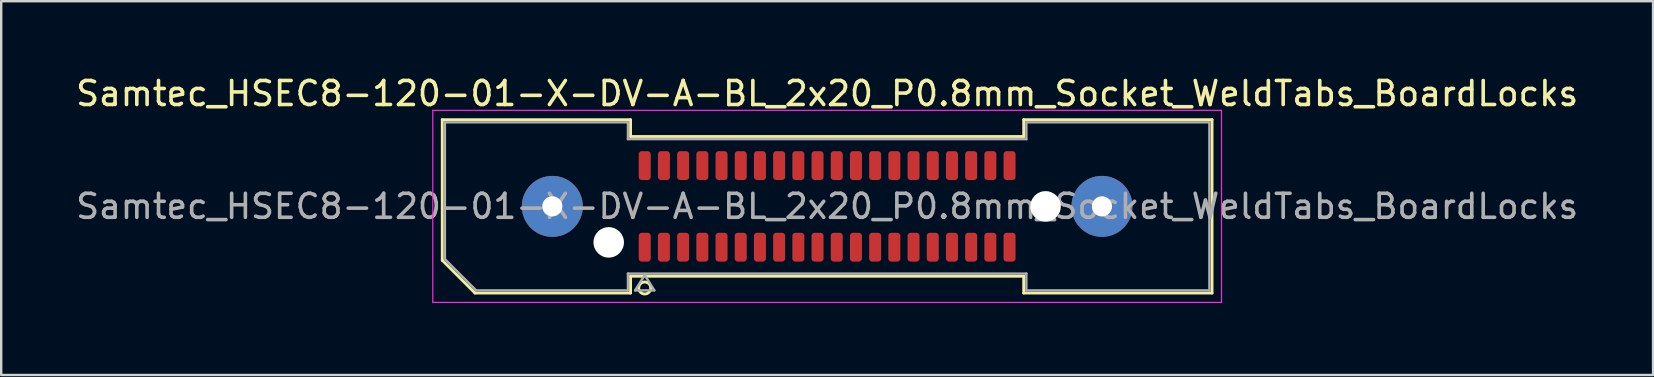
<source format=kicad_pcb>
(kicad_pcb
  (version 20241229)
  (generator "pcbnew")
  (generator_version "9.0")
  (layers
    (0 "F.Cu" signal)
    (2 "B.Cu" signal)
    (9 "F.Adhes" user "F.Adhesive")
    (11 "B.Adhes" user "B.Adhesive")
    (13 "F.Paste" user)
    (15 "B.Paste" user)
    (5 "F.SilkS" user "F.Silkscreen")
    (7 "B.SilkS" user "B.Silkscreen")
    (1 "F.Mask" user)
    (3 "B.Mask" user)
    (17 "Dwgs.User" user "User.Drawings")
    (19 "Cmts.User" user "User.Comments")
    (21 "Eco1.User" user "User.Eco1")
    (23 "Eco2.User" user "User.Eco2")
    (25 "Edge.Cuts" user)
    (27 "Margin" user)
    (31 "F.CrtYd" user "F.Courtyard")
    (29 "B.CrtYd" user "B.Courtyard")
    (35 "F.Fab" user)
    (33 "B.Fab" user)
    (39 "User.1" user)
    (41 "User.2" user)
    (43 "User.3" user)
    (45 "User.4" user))
  (footprint "Samtec_HSEC8-120-01-X-DV-A-BL_2x20_P0.8mm_Socket_WeldTabs_BoardLocks"
    (layer "F.Cu")
    (at 31.411 5.548)
    (property "Reference" "Samtec_HSEC8-120-01-X-DV-A-BL_2x20_P0.8mm_Socket_WeldTabs_BoardLocks" (at 0 -4.7 0) (layer "F.SilkS") (effects (font (size 1 1) (thickness 0.15))))
    (attr smd)
    (fp_line (start -16.035 -3.61) (end -8.19 -3.61) (stroke (width 0.12) (type solid)) (layer "F.SilkS"))
    (fp_line (start -16.035 2.246) (end -16.035 -3.61) (stroke (width 0.12) (type solid)) (layer "F.SilkS"))
    (fp_line (start -14.671 3.61) (end -16.035 2.246) (stroke (width 0.12) (type solid)) (layer "F.SilkS"))
    (fp_line (start -8.19 -3.61) (end -8.19 -2.91) (stroke (width 0.12) (type solid)) (layer "F.SilkS"))
    (fp_line (start -8.19 -2.91) (end 8.19 -2.91) (stroke (width 0.12) (type solid)) (layer "F.SilkS"))
    (fp_line (start -8.19 2.91) (end -8.19 3.61) (stroke (width 0.12) (type solid)) (layer "F.SilkS"))
    (fp_line (start -8.19 3.61) (end -14.671 3.61) (stroke (width 0.12) (type solid)) (layer "F.SilkS"))
    (fp_line (start 8.19 -3.61) (end 16.035 -3.61) (stroke (width 0.12) (type solid)) (layer "F.SilkS"))
    (fp_line (start 8.19 -2.91) (end 8.19 -3.61) (stroke (width 0.12) (type solid)) (layer "F.SilkS"))
    (fp_line (start 8.19 2.91) (end -8.19 2.91) (stroke (width 0.12) (type solid)) (layer "F.SilkS"))
    (fp_line (start 8.19 3.61) (end 8.19 2.91) (stroke (width 0.12) (type solid)) (layer "F.SilkS"))
    (fp_line (start 16.035 -3.61) (end 16.035 3.61) (stroke (width 0.12) (type solid)) (layer "F.SilkS"))
    (fp_line (start 16.035 3.61) (end 8.19 3.61) (stroke (width 0.12) (type solid)) (layer "F.SilkS"))
    (fp_circle (center -7.6 3.4) (end -7.35 3.4) (stroke (width 0.12) (type solid)) (fill no) (layer "F.SilkS"))
    (fp_line (start -16.43 -4) (end -16.43 4) (stroke (width 0.05) (type solid)) (layer "F.CrtYd"))
    (fp_line (start -16.43 4) (end 16.43 4) (stroke (width 0.05) (type solid)) (layer "F.CrtYd"))
    (fp_line (start 16.43 -4) (end -16.43 -4) (stroke (width 0.05) (type solid)) (layer "F.CrtYd"))
    (fp_line (start 16.43 4) (end 16.43 -4) (stroke (width 0.05) (type solid)) (layer "F.CrtYd"))
    (fp_line (start -15.925 -3.5) (end -8.3 -3.5) (stroke (width 0.1) (type solid)) (layer "F.Fab"))
    (fp_line (start -15.925 2.2) (end -15.925 -3.5) (stroke (width 0.1) (type solid)) (layer "F.Fab"))
    (fp_line (start -14.625 3.5) (end -15.925 2.2) (stroke (width 0.1) (type solid)) (layer "F.Fab"))
    (fp_line (start -8.3 -3.5) (end -8.3 -2.8) (stroke (width 0.1) (type solid)) (layer "F.Fab"))
    (fp_line (start -8.3 -2.8) (end 8.3 -2.8) (stroke (width 0.1) (type solid)) (layer "F.Fab"))
    (fp_line (start -8.3 2.8) (end -8.3 3.5) (stroke (width 0.1) (type solid)) (layer "F.Fab"))
    (fp_line (start -8.3 3.5) (end -14.625 3.5) (stroke (width 0.1) (type solid)) (layer "F.Fab"))
    (fp_line (start -8 3.5) (end -7.6 2.86) (stroke (width 0.1) (type solid)) (layer "F.Fab"))
    (fp_line (start -7.6 2.86) (end -7.2 3.5) (stroke (width 0.1) (type solid)) (layer "F.Fab"))
    (fp_line (start -7.2 3.5) (end -8 3.5) (stroke (width 0.1) (type solid)) (layer "F.Fab"))
    (fp_line (start 8.3 -3.5) (end 15.925 -3.5) (stroke (width 0.1) (type solid)) (layer "F.Fab"))
    (fp_line (start 8.3 -2.8) (end 8.3 -3.5) (stroke (width 0.1) (type solid)) (layer "F.Fab"))
    (fp_line (start 8.3 2.8) (end -8.3 2.8) (stroke (width 0.1) (type solid)) (layer "F.Fab"))
    (fp_line (start 8.3 3.5) (end 8.3 2.8) (stroke (width 0.1) (type solid)) (layer "F.Fab"))
    (fp_line (start 15.925 -3.5) (end 15.925 3.5) (stroke (width 0.1) (type solid)) (layer "F.Fab"))
    (fp_line (start 15.925 3.5) (end 8.3 3.5) (stroke (width 0.1) (type solid)) (layer "F.Fab"))
    (fp_text user "${REFERENCE}" (at 0 0 0) (layer "F.Fab") (effects (font (size 1 1) (thickness 0.15))))
    (pad "" thru_hole circle (at -11.45 0) (size 2.54 2.54) (drill 0.84) (layers "*.Cu" "*.Mask" "F.Paste"))
    (pad "" np_thru_hole circle (at -9.1 1.5) (size 1.27 1.27) (drill 1.27) (layers "*.Cu" "*.Mask"))
    (pad "" np_thru_hole circle (at 9.1 0) (size 1.27 1.27) (drill 1.27) (layers "*.Cu" "*.Mask"))
    (pad "" thru_hole circle (at 11.45 0) (size 2.54 2.54) (drill 0.84) (layers "*.Cu" "*.Mask" "F.Paste"))
    (pad "1" smd roundrect (at -7.6 1.7) (size 0.5 1.2) (layers "F.Cu" "F.Mask" "F.Paste") (roundrect_rratio 0.25))
    (pad "2" smd roundrect (at -7.6 -1.7) (size 0.5 1.2) (layers "F.Cu" "F.Mask" "F.Paste") (roundrect_rratio 0.25))
    (pad "3" smd roundrect (at -6.8 1.7) (size 0.5 1.2) (layers "F.Cu" "F.Mask" "F.Paste") (roundrect_rratio 0.25))
    (pad "4" smd roundrect (at -6.8 -1.7) (size 0.5 1.2) (layers "F.Cu" "F.Mask" "F.Paste") (roundrect_rratio 0.25))
    (pad "5" smd roundrect (at -6 1.7) (size 0.5 1.2) (layers "F.Cu" "F.Mask" "F.Paste") (roundrect_rratio 0.25))
    (pad "6" smd roundrect (at -6 -1.7) (size 0.5 1.2) (layers "F.Cu" "F.Mask" "F.Paste") (roundrect_rratio 0.25))
    (pad "7" smd roundrect (at -5.2 1.7) (size 0.5 1.2) (layers "F.Cu" "F.Mask" "F.Paste") (roundrect_rratio 0.25))
    (pad "8" smd roundrect (at -5.2 -1.7) (size 0.5 1.2) (layers "F.Cu" "F.Mask" "F.Paste") (roundrect_rratio 0.25))
    (pad "9" smd roundrect (at -4.4 1.7) (size 0.5 1.2) (layers "F.Cu" "F.Mask" "F.Paste") (roundrect_rratio 0.25))
    (pad "10" smd roundrect (at -4.4 -1.7) (size 0.5 1.2) (layers "F.Cu" "F.Mask" "F.Paste") (roundrect_rratio 0.25))
    (pad "11" smd roundrect (at -3.6 1.7) (size 0.5 1.2) (layers "F.Cu" "F.Mask" "F.Paste") (roundrect_rratio 0.25))
    (pad "12" smd roundrect (at -3.6 -1.7) (size 0.5 1.2) (layers "F.Cu" "F.Mask" "F.Paste") (roundrect_rratio 0.25))
    (pad "13" smd roundrect (at -2.8 1.7) (size 0.5 1.2) (layers "F.Cu" "F.Mask" "F.Paste") (roundrect_rratio 0.25))
    (pad "14" smd roundrect (at -2.8 -1.7) (size 0.5 1.2) (layers "F.Cu" "F.Mask" "F.Paste") (roundrect_rratio 0.25))
    (pad "15" smd roundrect (at -2 1.7) (size 0.5 1.2) (layers "F.Cu" "F.Mask" "F.Paste") (roundrect_rratio 0.25))
    (pad "16" smd roundrect (at -2 -1.7) (size 0.5 1.2) (layers "F.Cu" "F.Mask" "F.Paste") (roundrect_rratio 0.25))
    (pad "17" smd roundrect (at -1.2 1.7) (size 0.5 1.2) (layers "F.Cu" "F.Mask" "F.Paste") (roundrect_rratio 0.25))
    (pad "18" smd roundrect (at -1.2 -1.7) (size 0.5 1.2) (layers "F.Cu" "F.Mask" "F.Paste") (roundrect_rratio 0.25))
    (pad "19" smd roundrect (at -0.4 1.7) (size 0.5 1.2) (layers "F.Cu" "F.Mask" "F.Paste") (roundrect_rratio 0.25))
    (pad "20" smd roundrect (at -0.4 -1.7) (size 0.5 1.2) (layers "F.Cu" "F.Mask" "F.Paste") (roundrect_rratio 0.25))
    (pad "21" smd roundrect (at 0.4 1.7) (size 0.5 1.2) (layers "F.Cu" "F.Mask" "F.Paste") (roundrect_rratio 0.25))
    (pad "22" smd roundrect (at 0.4 -1.7) (size 0.5 1.2) (layers "F.Cu" "F.Mask" "F.Paste") (roundrect_rratio 0.25))
    (pad "23" smd roundrect (at 1.2 1.7) (size 0.5 1.2) (layers "F.Cu" "F.Mask" "F.Paste") (roundrect_rratio 0.25))
    (pad "24" smd roundrect (at 1.2 -1.7) (size 0.5 1.2) (layers "F.Cu" "F.Mask" "F.Paste") (roundrect_rratio 0.25))
    (pad "25" smd roundrect (at 2 1.7) (size 0.5 1.2) (layers "F.Cu" "F.Mask" "F.Paste") (roundrect_rratio 0.25))
    (pad "26" smd roundrect (at 2 -1.7) (size 0.5 1.2) (layers "F.Cu" "F.Mask" "F.Paste") (roundrect_rratio 0.25))
    (pad "27" smd roundrect (at 2.8 1.7) (size 0.5 1.2) (layers "F.Cu" "F.Mask" "F.Paste") (roundrect_rratio 0.25))
    (pad "28" smd roundrect (at 2.8 -1.7) (size 0.5 1.2) (layers "F.Cu" "F.Mask" "F.Paste") (roundrect_rratio 0.25))
    (pad "29" smd roundrect (at 3.6 1.7) (size 0.5 1.2) (layers "F.Cu" "F.Mask" "F.Paste") (roundrect_rratio 0.25))
    (pad "30" smd roundrect (at 3.6 -1.7) (size 0.5 1.2) (layers "F.Cu" "F.Mask" "F.Paste") (roundrect_rratio 0.25))
    (pad "31" smd roundrect (at 4.4 1.7) (size 0.5 1.2) (layers "F.Cu" "F.Mask" "F.Paste") (roundrect_rratio 0.25))
    (pad "32" smd roundrect (at 4.4 -1.7) (size 0.5 1.2) (layers "F.Cu" "F.Mask" "F.Paste") (roundrect_rratio 0.25))
    (pad "33" smd roundrect (at 5.2 1.7) (size 0.5 1.2) (layers "F.Cu" "F.Mask" "F.Paste") (roundrect_rratio 0.25))
    (pad "34" smd roundrect (at 5.2 -1.7) (size 0.5 1.2) (layers "F.Cu" "F.Mask" "F.Paste") (roundrect_rratio 0.25))
    (pad "35" smd roundrect (at 6 1.7) (size 0.5 1.2) (layers "F.Cu" "F.Mask" "F.Paste") (roundrect_rratio 0.25))
    (pad "36" smd roundrect (at 6 -1.7) (size 0.5 1.2) (layers "F.Cu" "F.Mask" "F.Paste") (roundrect_rratio 0.25))
    (pad "37" smd roundrect (at 6.8 1.7) (size 0.5 1.2) (layers "F.Cu" "F.Mask" "F.Paste") (roundrect_rratio 0.25))
    (pad "38" smd roundrect (at 6.8 -1.7) (size 0.5 1.2) (layers "F.Cu" "F.Mask" "F.Paste") (roundrect_rratio 0.25))
    (pad "39" smd roundrect (at 7.6 1.7) (size 0.5 1.2) (layers "F.Cu" "F.Mask" "F.Paste") (roundrect_rratio 0.25))
    (pad "40" smd roundrect (at 7.6 -1.7) (size 0.5 1.2) (layers "F.Cu" "F.Mask" "F.Paste") (roundrect_rratio 0.25)))
  (gr_rect
    (start -3 -3)
    (end 65.821 12.573)
    (stroke (width 0.1) (type default))
    (fill no)
    (layer "Edge.Cuts")))
</source>
